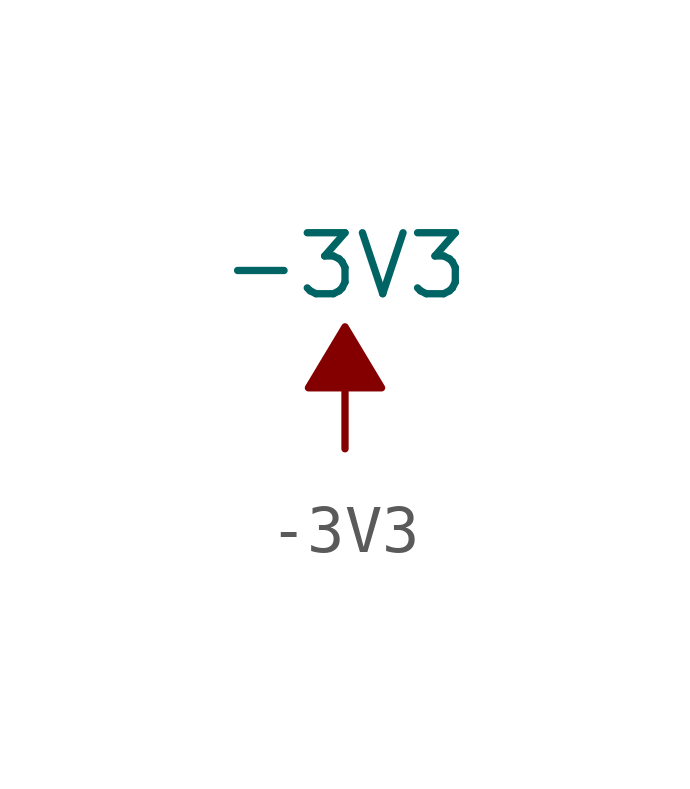
<source format=kicad_sym>
(kicad_symbol_lib
  (version 20201005)
  (generator kicad_symbol_editor)
  (symbol "-3V3"
    (power)
    (pin_names
      (offset 0))
    (property "Reference" "#PWR"
      (at 0 2.54 0)
      (effects (font (size 1.27 1.27)) hide))
    (property "Value" "-3V3"
      (at 0 3.81 0)
      (effects (font (size 1.27 1.27))))
    (symbol "-3V3_0_0"
      (pin power_in line (at 0 0 90) (length 0) hide (name "-3V3" (effects (font (size 1.27 1.27)))) (number "1" (effects (font (size 1.27 1.27))))))
    (symbol "-3V3_0_1"
      (polyline (pts (xy 0 0) (xy 0 1.27) (xy 0.762 1.27) (xy 0 2.54) (xy -0.762 1.27) (xy 0 1.27)) (stroke (width 0)) (fill (type outline))))))
</source>
